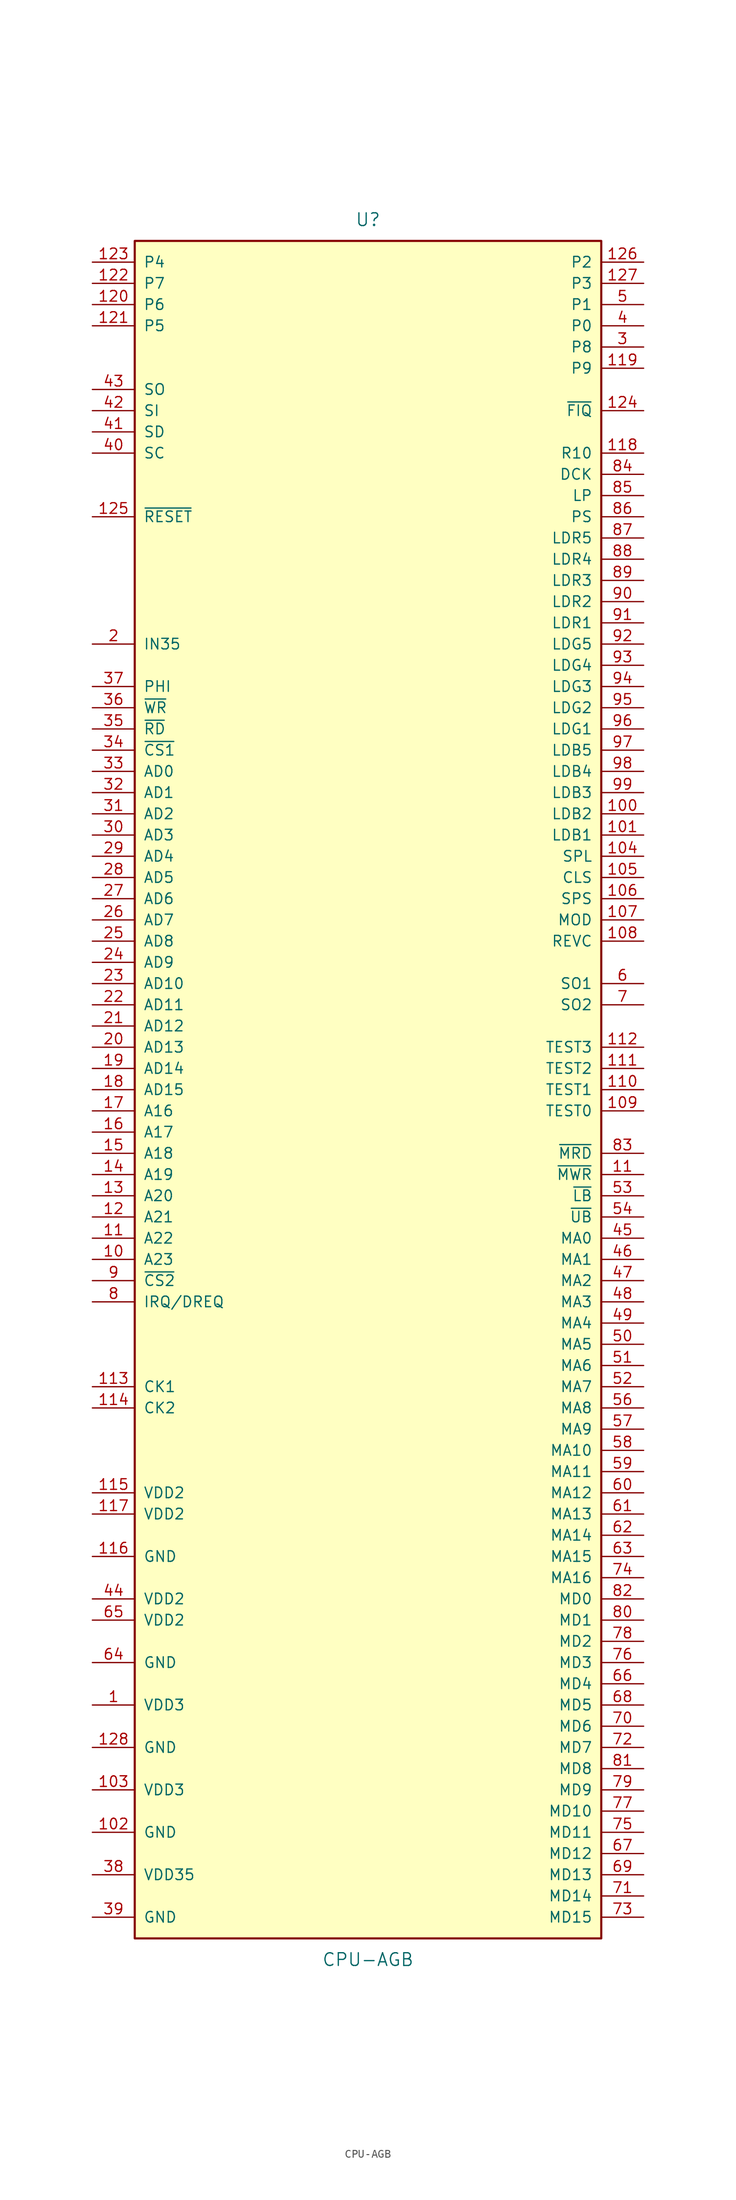
<source format=kicad_sym>
(kicad_symbol_lib
  (version 20231120)
  (generator "kicad_symbol_editor")
  (generator_version "8.0")
  (symbol "CPU-AGB"
    (pin_names
      (offset 1.016))
    (property "Reference" "U"
      (at 0 104.14 0)
      (effects (font (size 1.524 1.524))))
    (property "Value" "CPU-AGB"
      (at 0 -104.14 0)
      (effects (font (size 1.524 1.524))))
    (symbol "CPU-AGB_1_1"
      (rectangle (start -27.94 101.6) (end 27.94 -101.6) (stroke (width 0.254) (type solid)) (fill (type background)))
      (pin power_in line (at -33.02 -73.66 0) (length 5.08) (name "VDD3" (effects (font (size 1.27 1.27)))) (number "1" (effects (font (size 1.27 1.27)))))
      (pin bidirectional line (at -33.02 -20.32 0) (length 5.08) (name "A23" (effects (font (size 1.27 1.27)))) (number "10" (effects (font (size 1.27 1.27)))))
      (pin output line (at 33.02 33.02 180) (length 5.08) (name "LDB2" (effects (font (size 1.27 1.27)))) (number "100" (effects (font (size 1.27 1.27)))))
      (pin output line (at 33.02 30.48 180) (length 5.08) (name "LDB1" (effects (font (size 1.27 1.27)))) (number "101" (effects (font (size 1.27 1.27)))))
      (pin power_in line (at -33.02 -88.9 0) (length 5.08) (name "GND" (effects (font (size 1.27 1.27)))) (number "102" (effects (font (size 1.27 1.27)))))
      (pin power_in line (at -33.02 -83.82 0) (length 5.08) (name "VDD3" (effects (font (size 1.27 1.27)))) (number "103" (effects (font (size 1.27 1.27)))))
      (pin output line (at 33.02 27.94 180) (length 5.08) (name "SPL" (effects (font (size 1.27 1.27)))) (number "104" (effects (font (size 1.27 1.27)))))
      (pin output line (at 33.02 25.4 180) (length 5.08) (name "CLS" (effects (font (size 1.27 1.27)))) (number "105" (effects (font (size 1.27 1.27)))))
      (pin output line (at 33.02 22.86 180) (length 5.08) (name "SPS" (effects (font (size 1.27 1.27)))) (number "106" (effects (font (size 1.27 1.27)))))
      (pin output line (at 33.02 20.32 180) (length 5.08) (name "MOD" (effects (font (size 1.27 1.27)))) (number "107" (effects (font (size 1.27 1.27)))))
      (pin output line (at 33.02 17.78 180) (length 5.08) (name "REVC" (effects (font (size 1.27 1.27)))) (number "108" (effects (font (size 1.27 1.27)))))
      (pin input line (at 33.02 -2.54 180) (length 5.08) (name "TEST0" (effects (font (size 1.27 1.27)))) (number "109" (effects (font (size 1.27 1.27)))))
      (pin bidirectional line (at -33.02 -17.78 0) (length 5.08) (name "A22" (effects (font (size 1.27 1.27)))) (number "11" (effects (font (size 1.27 1.27)))))
      (pin output line (at 33.02 -10.16 180) (length 5.08) (name "~{MWR}" (effects (font (size 1.27 1.27)))) (number "11" (effects (font (size 1.27 1.27)))))
      (pin input line (at 33.02 0 180) (length 5.08) (name "TEST1" (effects (font (size 1.27 1.27)))) (number "110" (effects (font (size 1.27 1.27)))))
      (pin input line (at 33.02 2.54 180) (length 5.08) (name "TEST2" (effects (font (size 1.27 1.27)))) (number "111" (effects (font (size 1.27 1.27)))))
      (pin input line (at 33.02 5.08 180) (length 5.08) (name "TEST3" (effects (font (size 1.27 1.27)))) (number "112" (effects (font (size 1.27 1.27)))))
      (pin passive line (at -33.02 -35.56 0) (length 5.08) (name "CK1" (effects (font (size 1.27 1.27)))) (number "113" (effects (font (size 1.27 1.27)))))
      (pin passive line (at -33.02 -38.1 0) (length 5.08) (name "CK2" (effects (font (size 1.27 1.27)))) (number "114" (effects (font (size 1.27 1.27)))))
      (pin power_in line (at -33.02 -48.26 0) (length 5.08) (name "VDD2" (effects (font (size 1.27 1.27)))) (number "115" (effects (font (size 1.27 1.27)))))
      (pin power_in line (at -33.02 -55.88 0) (length 5.08) (name "GND" (effects (font (size 1.27 1.27)))) (number "116" (effects (font (size 1.27 1.27)))))
      (pin power_in line (at -33.02 -50.8 0) (length 5.08) (name "VDD2" (effects (font (size 1.27 1.27)))) (number "117" (effects (font (size 1.27 1.27)))))
      (pin output line (at 33.02 76.2 180) (length 5.08) (name "R10" (effects (font (size 1.27 1.27)))) (number "118" (effects (font (size 1.27 1.27)))))
      (pin input line (at 33.02 86.36 180) (length 5.08) (name "P9" (effects (font (size 1.27 1.27)))) (number "119" (effects (font (size 1.27 1.27)))))
      (pin bidirectional line (at -33.02 -15.24 0) (length 5.08) (name "A21" (effects (font (size 1.27 1.27)))) (number "12" (effects (font (size 1.27 1.27)))))
      (pin input line (at -33.02 93.98 0) (length 5.08) (name "P6" (effects (font (size 1.27 1.27)))) (number "120" (effects (font (size 1.27 1.27)))))
      (pin input line (at -33.02 91.44 0) (length 5.08) (name "P5" (effects (font (size 1.27 1.27)))) (number "121" (effects (font (size 1.27 1.27)))))
      (pin input line (at -33.02 96.52 0) (length 5.08) (name "P7" (effects (font (size 1.27 1.27)))) (number "122" (effects (font (size 1.27 1.27)))))
      (pin input line (at -33.02 99.06 0) (length 5.08) (name "P4" (effects (font (size 1.27 1.27)))) (number "123" (effects (font (size 1.27 1.27)))))
      (pin input line (at 33.02 81.28 180) (length 5.08) (name "~{FIQ}" (effects (font (size 1.27 1.27)))) (number "124" (effects (font (size 1.27 1.27)))))
      (pin bidirectional line (at -33.02 68.58 0) (length 5.08) (name "~{RESET}" (effects (font (size 1.27 1.27)))) (number "125" (effects (font (size 1.27 1.27)))))
      (pin input line (at 33.02 99.06 180) (length 5.08) (name "P2" (effects (font (size 1.27 1.27)))) (number "126" (effects (font (size 1.27 1.27)))))
      (pin input line (at 33.02 96.52 180) (length 5.08) (name "P3" (effects (font (size 1.27 1.27)))) (number "127" (effects (font (size 1.27 1.27)))))
      (pin power_in line (at -33.02 -78.74 0) (length 5.08) (name "GND" (effects (font (size 1.27 1.27)))) (number "128" (effects (font (size 1.27 1.27)))))
      (pin bidirectional line (at -33.02 -12.7 0) (length 5.08) (name "A20" (effects (font (size 1.27 1.27)))) (number "13" (effects (font (size 1.27 1.27)))))
      (pin bidirectional line (at -33.02 -10.16 0) (length 5.08) (name "A19" (effects (font (size 1.27 1.27)))) (number "14" (effects (font (size 1.27 1.27)))))
      (pin bidirectional line (at -33.02 -7.62 0) (length 5.08) (name "A18" (effects (font (size 1.27 1.27)))) (number "15" (effects (font (size 1.27 1.27)))))
      (pin bidirectional line (at -33.02 -5.08 0) (length 5.08) (name "A17" (effects (font (size 1.27 1.27)))) (number "16" (effects (font (size 1.27 1.27)))))
      (pin bidirectional line (at -33.02 -2.54 0) (length 5.08) (name "A16" (effects (font (size 1.27 1.27)))) (number "17" (effects (font (size 1.27 1.27)))))
      (pin bidirectional line (at -33.02 0 0) (length 5.08) (name "AD15" (effects (font (size 1.27 1.27)))) (number "18" (effects (font (size 1.27 1.27)))))
      (pin bidirectional line (at -33.02 2.54 0) (length 5.08) (name "AD14" (effects (font (size 1.27 1.27)))) (number "19" (effects (font (size 1.27 1.27)))))
      (pin input line (at -33.02 53.34 0) (length 5.08) (name "IN35" (effects (font (size 1.27 1.27)))) (number "2" (effects (font (size 1.27 1.27)))))
      (pin bidirectional line (at -33.02 5.08 0) (length 5.08) (name "AD13" (effects (font (size 1.27 1.27)))) (number "20" (effects (font (size 1.27 1.27)))))
      (pin bidirectional line (at -33.02 7.62 0) (length 5.08) (name "AD12" (effects (font (size 1.27 1.27)))) (number "21" (effects (font (size 1.27 1.27)))))
      (pin bidirectional line (at -33.02 10.16 0) (length 5.08) (name "AD11" (effects (font (size 1.27 1.27)))) (number "22" (effects (font (size 1.27 1.27)))))
      (pin bidirectional line (at -33.02 12.7 0) (length 5.08) (name "AD10" (effects (font (size 1.27 1.27)))) (number "23" (effects (font (size 1.27 1.27)))))
      (pin bidirectional line (at -33.02 15.24 0) (length 5.08) (name "AD9" (effects (font (size 1.27 1.27)))) (number "24" (effects (font (size 1.27 1.27)))))
      (pin bidirectional line (at -33.02 17.78 0) (length 5.08) (name "AD8" (effects (font (size 1.27 1.27)))) (number "25" (effects (font (size 1.27 1.27)))))
      (pin bidirectional line (at -33.02 20.32 0) (length 5.08) (name "AD7" (effects (font (size 1.27 1.27)))) (number "26" (effects (font (size 1.27 1.27)))))
      (pin bidirectional line (at -33.02 22.86 0) (length 5.08) (name "AD6" (effects (font (size 1.27 1.27)))) (number "27" (effects (font (size 1.27 1.27)))))
      (pin bidirectional line (at -33.02 25.4 0) (length 5.08) (name "AD5" (effects (font (size 1.27 1.27)))) (number "28" (effects (font (size 1.27 1.27)))))
      (pin bidirectional line (at -33.02 27.94 0) (length 5.08) (name "AD4" (effects (font (size 1.27 1.27)))) (number "29" (effects (font (size 1.27 1.27)))))
      (pin input line (at 33.02 88.9 180) (length 5.08) (name "P8" (effects (font (size 1.27 1.27)))) (number "3" (effects (font (size 1.27 1.27)))))
      (pin bidirectional line (at -33.02 30.48 0) (length 5.08) (name "AD3" (effects (font (size 1.27 1.27)))) (number "30" (effects (font (size 1.27 1.27)))))
      (pin bidirectional line (at -33.02 33.02 0) (length 5.08) (name "AD2" (effects (font (size 1.27 1.27)))) (number "31" (effects (font (size 1.27 1.27)))))
      (pin bidirectional line (at -33.02 35.56 0) (length 5.08) (name "AD1" (effects (font (size 1.27 1.27)))) (number "32" (effects (font (size 1.27 1.27)))))
      (pin bidirectional line (at -33.02 38.1 0) (length 5.08) (name "AD0" (effects (font (size 1.27 1.27)))) (number "33" (effects (font (size 1.27 1.27)))))
      (pin output line (at -33.02 40.64 0) (length 5.08) (name "~{CS1}" (effects (font (size 1.27 1.27)))) (number "34" (effects (font (size 1.27 1.27)))))
      (pin output line (at -33.02 43.18 0) (length 5.08) (name "~{RD}" (effects (font (size 1.27 1.27)))) (number "35" (effects (font (size 1.27 1.27)))))
      (pin output line (at -33.02 45.72 0) (length 5.08) (name "~{WR}" (effects (font (size 1.27 1.27)))) (number "36" (effects (font (size 1.27 1.27)))))
      (pin output line (at -33.02 48.26 0) (length 5.08) (name "PHI" (effects (font (size 1.27 1.27)))) (number "37" (effects (font (size 1.27 1.27)))))
      (pin power_in line (at -33.02 -93.98 0) (length 5.08) (name "VDD35" (effects (font (size 1.27 1.27)))) (number "38" (effects (font (size 1.27 1.27)))))
      (pin power_in line (at -33.02 -99.06 0) (length 5.08) (name "GND" (effects (font (size 1.27 1.27)))) (number "39" (effects (font (size 1.27 1.27)))))
      (pin input line (at 33.02 91.44 180) (length 5.08) (name "P0" (effects (font (size 1.27 1.27)))) (number "4" (effects (font (size 1.27 1.27)))))
      (pin bidirectional line (at -33.02 76.2 0) (length 5.08) (name "SC" (effects (font (size 1.27 1.27)))) (number "40" (effects (font (size 1.27 1.27)))))
      (pin bidirectional line (at -33.02 78.74 0) (length 5.08) (name "SD" (effects (font (size 1.27 1.27)))) (number "41" (effects (font (size 1.27 1.27)))))
      (pin input line (at -33.02 81.28 0) (length 5.08) (name "SI" (effects (font (size 1.27 1.27)))) (number "42" (effects (font (size 1.27 1.27)))))
      (pin output line (at -33.02 83.82 0) (length 5.08) (name "SO" (effects (font (size 1.27 1.27)))) (number "43" (effects (font (size 1.27 1.27)))))
      (pin power_in line (at -33.02 -60.96 0) (length 5.08) (name "VDD2" (effects (font (size 1.27 1.27)))) (number "44" (effects (font (size 1.27 1.27)))))
      (pin output line (at 33.02 -17.78 180) (length 5.08) (name "MA0" (effects (font (size 1.27 1.27)))) (number "45" (effects (font (size 1.27 1.27)))))
      (pin output line (at 33.02 -20.32 180) (length 5.08) (name "MA1" (effects (font (size 1.27 1.27)))) (number "46" (effects (font (size 1.27 1.27)))))
      (pin output line (at 33.02 -22.86 180) (length 5.08) (name "MA2" (effects (font (size 1.27 1.27)))) (number "47" (effects (font (size 1.27 1.27)))))
      (pin output line (at 33.02 -25.4 180) (length 5.08) (name "MA3" (effects (font (size 1.27 1.27)))) (number "48" (effects (font (size 1.27 1.27)))))
      (pin output line (at 33.02 -27.94 180) (length 5.08) (name "MA4" (effects (font (size 1.27 1.27)))) (number "49" (effects (font (size 1.27 1.27)))))
      (pin input line (at 33.02 93.98 180) (length 5.08) (name "P1" (effects (font (size 1.27 1.27)))) (number "5" (effects (font (size 1.27 1.27)))))
      (pin output line (at 33.02 -30.48 180) (length 5.08) (name "MA5" (effects (font (size 1.27 1.27)))) (number "50" (effects (font (size 1.27 1.27)))))
      (pin output line (at 33.02 -33.02 180) (length 5.08) (name "MA6" (effects (font (size 1.27 1.27)))) (number "51" (effects (font (size 1.27 1.27)))))
      (pin output line (at 33.02 -35.56 180) (length 5.08) (name "MA7" (effects (font (size 1.27 1.27)))) (number "52" (effects (font (size 1.27 1.27)))))
      (pin output line (at 33.02 -12.7 180) (length 5.08) (name "~{LB}" (effects (font (size 1.27 1.27)))) (number "53" (effects (font (size 1.27 1.27)))))
      (pin output line (at 33.02 -15.24 180) (length 5.08) (name "~{UB}" (effects (font (size 1.27 1.27)))) (number "54" (effects (font (size 1.27 1.27)))))
      (pin output line (at 33.02 -38.1 180) (length 5.08) (name "MA8" (effects (font (size 1.27 1.27)))) (number "56" (effects (font (size 1.27 1.27)))))
      (pin output line (at 33.02 -40.64 180) (length 5.08) (name "MA9" (effects (font (size 1.27 1.27)))) (number "57" (effects (font (size 1.27 1.27)))))
      (pin output line (at 33.02 -43.18 180) (length 5.08) (name "MA10" (effects (font (size 1.27 1.27)))) (number "58" (effects (font (size 1.27 1.27)))))
      (pin output line (at 33.02 -45.72 180) (length 5.08) (name "MA11" (effects (font (size 1.27 1.27)))) (number "59" (effects (font (size 1.27 1.27)))))
      (pin output line (at 33.02 12.7 180) (length 5.08) (name "SO1" (effects (font (size 1.27 1.27)))) (number "6" (effects (font (size 1.27 1.27)))))
      (pin output line (at 33.02 -48.26 180) (length 5.08) (name "MA12" (effects (font (size 1.27 1.27)))) (number "60" (effects (font (size 1.27 1.27)))))
      (pin output line (at 33.02 -50.8 180) (length 5.08) (name "MA13" (effects (font (size 1.27 1.27)))) (number "61" (effects (font (size 1.27 1.27)))))
      (pin output line (at 33.02 -53.34 180) (length 5.08) (name "MA14" (effects (font (size 1.27 1.27)))) (number "62" (effects (font (size 1.27 1.27)))))
      (pin output line (at 33.02 -55.88 180) (length 5.08) (name "MA15" (effects (font (size 1.27 1.27)))) (number "63" (effects (font (size 1.27 1.27)))))
      (pin power_in line (at -33.02 -68.58 0) (length 5.08) (name "GND" (effects (font (size 1.27 1.27)))) (number "64" (effects (font (size 1.27 1.27)))))
      (pin power_in line (at -33.02 -63.5 0) (length 5.08) (name "VDD2" (effects (font (size 1.27 1.27)))) (number "65" (effects (font (size 1.27 1.27)))))
      (pin bidirectional line (at 33.02 -71.12 180) (length 5.08) (name "MD4" (effects (font (size 1.27 1.27)))) (number "66" (effects (font (size 1.27 1.27)))))
      (pin bidirectional line (at 33.02 -91.44 180) (length 5.08) (name "MD12" (effects (font (size 1.27 1.27)))) (number "67" (effects (font (size 1.27 1.27)))))
      (pin bidirectional line (at 33.02 -73.66 180) (length 5.08) (name "MD5" (effects (font (size 1.27 1.27)))) (number "68" (effects (font (size 1.27 1.27)))))
      (pin bidirectional line (at 33.02 -93.98 180) (length 5.08) (name "MD13" (effects (font (size 1.27 1.27)))) (number "69" (effects (font (size 1.27 1.27)))))
      (pin output line (at 33.02 10.16 180) (length 5.08) (name "SO2" (effects (font (size 1.27 1.27)))) (number "7" (effects (font (size 1.27 1.27)))))
      (pin bidirectional line (at 33.02 -76.2 180) (length 5.08) (name "MD6" (effects (font (size 1.27 1.27)))) (number "70" (effects (font (size 1.27 1.27)))))
      (pin bidirectional line (at 33.02 -96.52 180) (length 5.08) (name "MD14" (effects (font (size 1.27 1.27)))) (number "71" (effects (font (size 1.27 1.27)))))
      (pin bidirectional line (at 33.02 -78.74 180) (length 5.08) (name "MD7" (effects (font (size 1.27 1.27)))) (number "72" (effects (font (size 1.27 1.27)))))
      (pin bidirectional line (at 33.02 -99.06 180) (length 5.08) (name "MD15" (effects (font (size 1.27 1.27)))) (number "73" (effects (font (size 1.27 1.27)))))
      (pin output line (at 33.02 -58.42 180) (length 5.08) (name "MA16" (effects (font (size 1.27 1.27)))) (number "74" (effects (font (size 1.27 1.27)))))
      (pin bidirectional line (at 33.02 -88.9 180) (length 5.08) (name "MD11" (effects (font (size 1.27 1.27)))) (number "75" (effects (font (size 1.27 1.27)))))
      (pin bidirectional line (at 33.02 -68.58 180) (length 5.08) (name "MD3" (effects (font (size 1.27 1.27)))) (number "76" (effects (font (size 1.27 1.27)))))
      (pin bidirectional line (at 33.02 -86.36 180) (length 5.08) (name "MD10" (effects (font (size 1.27 1.27)))) (number "77" (effects (font (size 1.27 1.27)))))
      (pin bidirectional line (at 33.02 -66.04 180) (length 5.08) (name "MD2" (effects (font (size 1.27 1.27)))) (number "78" (effects (font (size 1.27 1.27)))))
      (pin bidirectional line (at 33.02 -83.82 180) (length 5.08) (name "MD9" (effects (font (size 1.27 1.27)))) (number "79" (effects (font (size 1.27 1.27)))))
      (pin input line (at -33.02 -25.4 0) (length 5.08) (name "IRQ/DREQ" (effects (font (size 1.27 1.27)))) (number "8" (effects (font (size 1.27 1.27)))))
      (pin bidirectional line (at 33.02 -63.5 180) (length 5.08) (name "MD1" (effects (font (size 1.27 1.27)))) (number "80" (effects (font (size 1.27 1.27)))))
      (pin bidirectional line (at 33.02 -81.28 180) (length 5.08) (name "MD8" (effects (font (size 1.27 1.27)))) (number "81" (effects (font (size 1.27 1.27)))))
      (pin bidirectional line (at 33.02 -60.96 180) (length 5.08) (name "MD0" (effects (font (size 1.27 1.27)))) (number "82" (effects (font (size 1.27 1.27)))))
      (pin output line (at 33.02 -7.62 180) (length 5.08) (name "~{MRD}" (effects (font (size 1.27 1.27)))) (number "83" (effects (font (size 1.27 1.27)))))
      (pin output line (at 33.02 73.66 180) (length 5.08) (name "DCK" (effects (font (size 1.27 1.27)))) (number "84" (effects (font (size 1.27 1.27)))))
      (pin output line (at 33.02 71.12 180) (length 5.08) (name "LP" (effects (font (size 1.27 1.27)))) (number "85" (effects (font (size 1.27 1.27)))))
      (pin output line (at 33.02 68.58 180) (length 5.08) (name "PS" (effects (font (size 1.27 1.27)))) (number "86" (effects (font (size 1.27 1.27)))))
      (pin output line (at 33.02 66.04 180) (length 5.08) (name "LDR5" (effects (font (size 1.27 1.27)))) (number "87" (effects (font (size 1.27 1.27)))))
      (pin output line (at 33.02 63.5 180) (length 5.08) (name "LDR4" (effects (font (size 1.27 1.27)))) (number "88" (effects (font (size 1.27 1.27)))))
      (pin output line (at 33.02 60.96 180) (length 5.08) (name "LDR3" (effects (font (size 1.27 1.27)))) (number "89" (effects (font (size 1.27 1.27)))))
      (pin bidirectional line (at -33.02 -22.86 0) (length 5.08) (name "~{CS2}" (effects (font (size 1.27 1.27)))) (number "9" (effects (font (size 1.27 1.27)))))
      (pin output line (at 33.02 58.42 180) (length 5.08) (name "LDR2" (effects (font (size 1.27 1.27)))) (number "90" (effects (font (size 1.27 1.27)))))
      (pin output line (at 33.02 55.88 180) (length 5.08) (name "LDR1" (effects (font (size 1.27 1.27)))) (number "91" (effects (font (size 1.27 1.27)))))
      (pin output line (at 33.02 53.34 180) (length 5.08) (name "LDG5" (effects (font (size 1.27 1.27)))) (number "92" (effects (font (size 1.27 1.27)))))
      (pin output line (at 33.02 50.8 180) (length 5.08) (name "LDG4" (effects (font (size 1.27 1.27)))) (number "93" (effects (font (size 1.27 1.27)))))
      (pin output line (at 33.02 48.26 180) (length 5.08) (name "LDG3" (effects (font (size 1.27 1.27)))) (number "94" (effects (font (size 1.27 1.27)))))
      (pin output line (at 33.02 45.72 180) (length 5.08) (name "LDG2" (effects (font (size 1.27 1.27)))) (number "95" (effects (font (size 1.27 1.27)))))
      (pin output line (at 33.02 43.18 180) (length 5.08) (name "LDG1" (effects (font (size 1.27 1.27)))) (number "96" (effects (font (size 1.27 1.27)))))
      (pin output line (at 33.02 40.64 180) (length 5.08) (name "LDB5" (effects (font (size 1.27 1.27)))) (number "97" (effects (font (size 1.27 1.27)))))
      (pin output line (at 33.02 38.1 180) (length 5.08) (name "LDB4" (effects (font (size 1.27 1.27)))) (number "98" (effects (font (size 1.27 1.27)))))
      (pin output line (at 33.02 35.56 180) (length 5.08) (name "LDB3" (effects (font (size 1.27 1.27)))) (number "99" (effects (font (size 1.27 1.27))))))))
</source>
